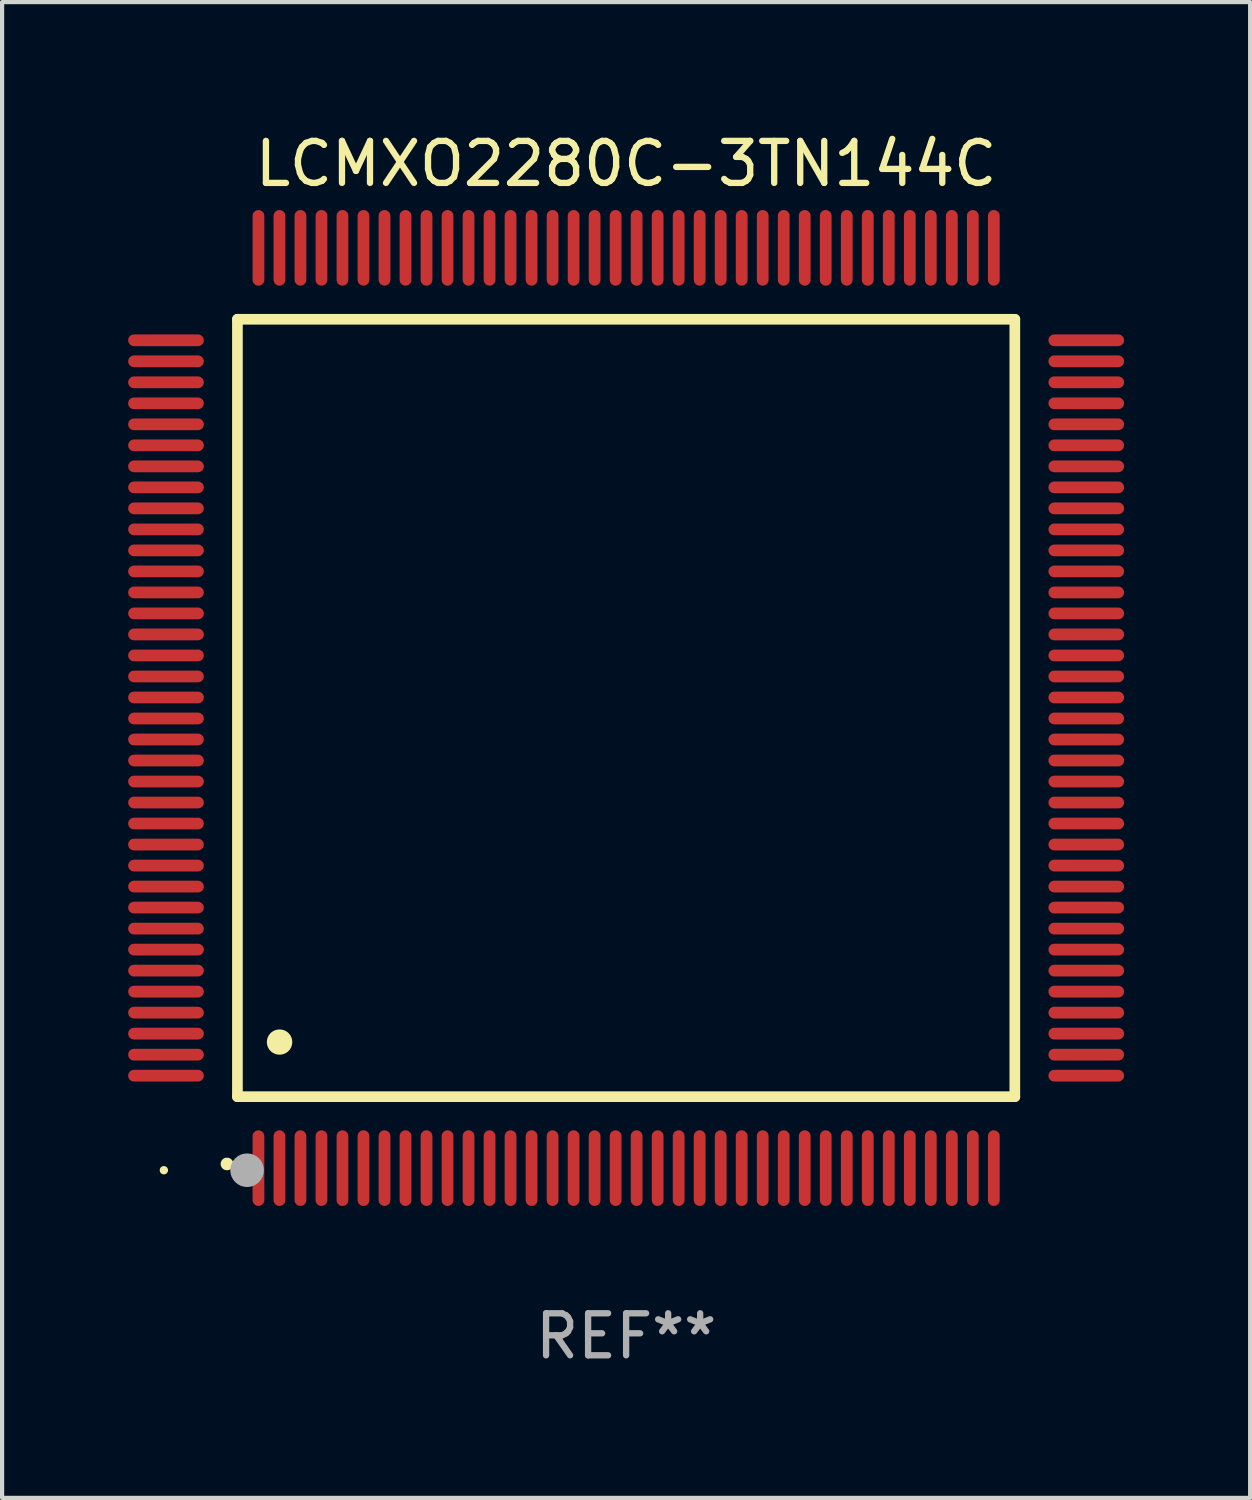
<source format=kicad_pcb>
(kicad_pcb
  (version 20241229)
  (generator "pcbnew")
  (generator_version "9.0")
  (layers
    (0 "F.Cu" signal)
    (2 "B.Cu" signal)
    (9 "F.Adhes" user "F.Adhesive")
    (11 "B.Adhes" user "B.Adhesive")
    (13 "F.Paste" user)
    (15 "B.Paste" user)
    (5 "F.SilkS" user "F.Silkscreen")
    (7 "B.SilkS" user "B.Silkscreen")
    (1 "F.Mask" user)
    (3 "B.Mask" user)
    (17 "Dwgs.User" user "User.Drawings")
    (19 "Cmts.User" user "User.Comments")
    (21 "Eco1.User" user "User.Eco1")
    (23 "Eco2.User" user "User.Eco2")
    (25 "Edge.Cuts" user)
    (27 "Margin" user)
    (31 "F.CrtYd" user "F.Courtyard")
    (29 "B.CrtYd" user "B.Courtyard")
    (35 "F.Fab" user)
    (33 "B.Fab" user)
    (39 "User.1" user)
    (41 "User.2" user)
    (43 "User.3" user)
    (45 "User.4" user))
  (footprint "LCMXO2280C-3TN144C"
    (layer "F.Cu")
    (at 11.85 13.798)
    (property "Reference" "LCMXO2280C-3TN144C" (at 0 -12.95 0) (layer "F.SilkS") (effects (font (size 1 1) (thickness 0.15))))
    (attr through_hole)
    (fp_line (start -9.25 -9.25) (end -9.25 9.25) (stroke (width 0.254) (type solid)) (layer "F.SilkS"))
    (fp_line (start -9.25 9.25) (end 9.25 9.25) (stroke (width 0.254) (type solid)) (layer "F.SilkS"))
    (fp_line (start 9.25 -9.25) (end -9.25 -9.25) (stroke (width 0.254) (type solid)) (layer "F.SilkS"))
    (fp_line (start 9.25 9.25) (end 9.25 -9.25) (stroke (width 0.254) (type solid)) (layer "F.SilkS"))
    (fp_arc (start -9.499619 10.850902) (mid -9.498349 10.850897) (end -9.497079 10.850902) (stroke (width 0.3) (type solid)) (layer "F.SilkS"))
    (fp_arc (start -8.249936 7.950216) (mid -8.247396 7.950205) (end -8.244856 7.950216) (stroke (width 0.6) (type solid)) (layer "F.SilkS"))
    (fp_circle (center -11 11) (end -10.95 11) (stroke (width 0.1) (type solid)) (fill no) (layer "F.SilkS"))
    (fp_circle (center -9.02 11) (end -8.82 11) (stroke (width 0.4) (type solid)) (fill no) (layer "F.Fab"))
    (fp_text user "REF**" (at 0 14.95 0) (layer "F.Fab") (effects (font (size 1 1) (thickness 0.15))))
    (pad "1" smd oval (at -8.75 10.95) (size 0.28 1.8) (layers "F.Cu" "F.Mask" "F.Paste"))
    (pad "2" smd oval (at -8.25 10.95) (size 0.28 1.8) (layers "F.Cu" "F.Mask" "F.Paste"))
    (pad "3" smd oval (at -7.75 10.95) (size 0.28 1.8) (layers "F.Cu" "F.Mask" "F.Paste"))
    (pad "4" smd oval (at -7.25 10.95) (size 0.28 1.8) (layers "F.Cu" "F.Mask" "F.Paste"))
    (pad "5" smd oval (at -6.75 10.95) (size 0.28 1.8) (layers "F.Cu" "F.Mask" "F.Paste"))
    (pad "6" smd oval (at -6.25 10.95) (size 0.28 1.8) (layers "F.Cu" "F.Mask" "F.Paste"))
    (pad "7" smd oval (at -5.75 10.95) (size 0.28 1.8) (layers "F.Cu" "F.Mask" "F.Paste"))
    (pad "8" smd oval (at -5.25 10.95) (size 0.28 1.8) (layers "F.Cu" "F.Mask" "F.Paste"))
    (pad "9" smd oval (at -4.75 10.95) (size 0.28 1.8) (layers "F.Cu" "F.Mask" "F.Paste"))
    (pad "10" smd oval (at -4.25 10.95) (size 0.28 1.8) (layers "F.Cu" "F.Mask" "F.Paste"))
    (pad "11" smd oval (at -3.75 10.95) (size 0.28 1.8) (layers "F.Cu" "F.Mask" "F.Paste"))
    (pad "12" smd oval (at -3.25 10.95) (size 0.28 1.8) (layers "F.Cu" "F.Mask" "F.Paste"))
    (pad "13" smd oval (at -2.75 10.95) (size 0.28 1.8) (layers "F.Cu" "F.Mask" "F.Paste"))
    (pad "14" smd oval (at -2.25 10.95) (size 0.28 1.8) (layers "F.Cu" "F.Mask" "F.Paste"))
    (pad "15" smd oval (at -1.75 10.95) (size 0.28 1.8) (layers "F.Cu" "F.Mask" "F.Paste"))
    (pad "16" smd oval (at -1.25 10.95) (size 0.28 1.8) (layers "F.Cu" "F.Mask" "F.Paste"))
    (pad "17" smd oval (at -0.75 10.95) (size 0.28 1.8) (layers "F.Cu" "F.Mask" "F.Paste"))
    (pad "18" smd oval (at -0.25 10.95) (size 0.28 1.8) (layers "F.Cu" "F.Mask" "F.Paste"))
    (pad "19" smd oval (at 0.25 10.95) (size 0.28 1.8) (layers "F.Cu" "F.Mask" "F.Paste"))
    (pad "20" smd oval (at 0.75 10.95) (size 0.28 1.8) (layers "F.Cu" "F.Mask" "F.Paste"))
    (pad "21" smd oval (at 1.25 10.95) (size 0.28 1.8) (layers "F.Cu" "F.Mask" "F.Paste"))
    (pad "22" smd oval (at 1.75 10.95) (size 0.28 1.8) (layers "F.Cu" "F.Mask" "F.Paste"))
    (pad "23" smd oval (at 2.25 10.95) (size 0.28 1.8) (layers "F.Cu" "F.Mask" "F.Paste"))
    (pad "24" smd oval (at 2.75 10.95) (size 0.28 1.8) (layers "F.Cu" "F.Mask" "F.Paste"))
    (pad "25" smd oval (at 3.25 10.95) (size 0.28 1.8) (layers "F.Cu" "F.Mask" "F.Paste"))
    (pad "26" smd oval (at 3.75 10.95) (size 0.28 1.8) (layers "F.Cu" "F.Mask" "F.Paste"))
    (pad "27" smd oval (at 4.25 10.95) (size 0.28 1.8) (layers "F.Cu" "F.Mask" "F.Paste"))
    (pad "28" smd oval (at 4.75 10.95) (size 0.28 1.8) (layers "F.Cu" "F.Mask" "F.Paste"))
    (pad "29" smd oval (at 5.25 10.95) (size 0.28 1.8) (layers "F.Cu" "F.Mask" "F.Paste"))
    (pad "30" smd oval (at 5.75 10.95) (size 0.28 1.8) (layers "F.Cu" "F.Mask" "F.Paste"))
    (pad "31" smd oval (at 6.25 10.95) (size 0.28 1.8) (layers "F.Cu" "F.Mask" "F.Paste"))
    (pad "32" smd oval (at 6.75 10.95) (size 0.28 1.8) (layers "F.Cu" "F.Mask" "F.Paste"))
    (pad "33" smd oval (at 7.25 10.95) (size 0.28 1.8) (layers "F.Cu" "F.Mask" "F.Paste"))
    (pad "34" smd oval (at 7.75 10.95) (size 0.28 1.8) (layers "F.Cu" "F.Mask" "F.Paste"))
    (pad "35" smd oval (at 8.25 10.95) (size 0.28 1.8) (layers "F.Cu" "F.Mask" "F.Paste"))
    (pad "36" smd oval (at 8.75 10.95) (size 0.28 1.8) (layers "F.Cu" "F.Mask" "F.Paste"))
    (pad "37" smd oval (at 10.95 8.75) (size 1.8 0.28) (layers "F.Cu" "F.Mask" "F.Paste"))
    (pad "38" smd oval (at 10.95 8.25) (size 1.8 0.28) (layers "F.Cu" "F.Mask" "F.Paste"))
    (pad "39" smd oval (at 10.95 7.75) (size 1.8 0.28) (layers "F.Cu" "F.Mask" "F.Paste"))
    (pad "40" smd oval (at 10.95 7.25) (size 1.8 0.28) (layers "F.Cu" "F.Mask" "F.Paste"))
    (pad "41" smd oval (at 10.95 6.75) (size 1.8 0.28) (layers "F.Cu" "F.Mask" "F.Paste"))
    (pad "42" smd oval (at 10.95 6.25) (size 1.8 0.28) (layers "F.Cu" "F.Mask" "F.Paste"))
    (pad "43" smd oval (at 10.95 5.75) (size 1.8 0.28) (layers "F.Cu" "F.Mask" "F.Paste"))
    (pad "44" smd oval (at 10.95 5.25) (size 1.8 0.28) (layers "F.Cu" "F.Mask" "F.Paste"))
    (pad "45" smd oval (at 10.95 4.75) (size 1.8 0.28) (layers "F.Cu" "F.Mask" "F.Paste"))
    (pad "46" smd oval (at 10.95 4.25) (size 1.8 0.28) (layers "F.Cu" "F.Mask" "F.Paste"))
    (pad "47" smd oval (at 10.95 3.75) (size 1.8 0.28) (layers "F.Cu" "F.Mask" "F.Paste"))
    (pad "48" smd oval (at 10.95 3.25) (size 1.8 0.28) (layers "F.Cu" "F.Mask" "F.Paste"))
    (pad "49" smd oval (at 10.95 2.75) (size 1.8 0.28) (layers "F.Cu" "F.Mask" "F.Paste"))
    (pad "50" smd oval (at 10.95 2.25) (size 1.8 0.28) (layers "F.Cu" "F.Mask" "F.Paste"))
    (pad "51" smd oval (at 10.95 1.75) (size 1.8 0.28) (layers "F.Cu" "F.Mask" "F.Paste"))
    (pad "52" smd oval (at 10.95 1.25) (size 1.8 0.28) (layers "F.Cu" "F.Mask" "F.Paste"))
    (pad "53" smd oval (at 10.95 0.75) (size 1.8 0.28) (layers "F.Cu" "F.Mask" "F.Paste"))
    (pad "54" smd oval (at 10.95 0.25) (size 1.8 0.28) (layers "F.Cu" "F.Mask" "F.Paste"))
    (pad "55" smd oval (at 10.95 -0.25) (size 1.8 0.28) (layers "F.Cu" "F.Mask" "F.Paste"))
    (pad "56" smd oval (at 10.95 -0.75) (size 1.8 0.28) (layers "F.Cu" "F.Mask" "F.Paste"))
    (pad "57" smd oval (at 10.95 -1.25) (size 1.8 0.28) (layers "F.Cu" "F.Mask" "F.Paste"))
    (pad "58" smd oval (at 10.95 -1.75) (size 1.8 0.28) (layers "F.Cu" "F.Mask" "F.Paste"))
    (pad "59" smd oval (at 10.95 -2.25) (size 1.8 0.28) (layers "F.Cu" "F.Mask" "F.Paste"))
    (pad "60" smd oval (at 10.95 -2.75) (size 1.8 0.28) (layers "F.Cu" "F.Mask" "F.Paste"))
    (pad "61" smd oval (at 10.95 -3.25) (size 1.8 0.28) (layers "F.Cu" "F.Mask" "F.Paste"))
    (pad "62" smd oval (at 10.95 -3.75) (size 1.8 0.28) (layers "F.Cu" "F.Mask" "F.Paste"))
    (pad "63" smd oval (at 10.95 -4.25) (size 1.8 0.28) (layers "F.Cu" "F.Mask" "F.Paste"))
    (pad "64" smd oval (at 10.95 -4.75) (size 1.8 0.28) (layers "F.Cu" "F.Mask" "F.Paste"))
    (pad "65" smd oval (at 10.95 -5.25) (size 1.8 0.28) (layers "F.Cu" "F.Mask" "F.Paste"))
    (pad "66" smd oval (at 10.95 -5.75) (size 1.8 0.28) (layers "F.Cu" "F.Mask" "F.Paste"))
    (pad "67" smd oval (at 10.95 -6.25) (size 1.8 0.28) (layers "F.Cu" "F.Mask" "F.Paste"))
    (pad "68" smd oval (at 10.95 -6.75) (size 1.8 0.28) (layers "F.Cu" "F.Mask" "F.Paste"))
    (pad "69" smd oval (at 10.95 -7.25) (size 1.8 0.28) (layers "F.Cu" "F.Mask" "F.Paste"))
    (pad "70" smd oval (at 10.95 -7.75) (size 1.8 0.28) (layers "F.Cu" "F.Mask" "F.Paste"))
    (pad "71" smd oval (at 10.95 -8.25) (size 1.8 0.28) (layers "F.Cu" "F.Mask" "F.Paste"))
    (pad "72" smd oval (at 10.95 -8.75) (size 1.8 0.28) (layers "F.Cu" "F.Mask" "F.Paste"))
    (pad "73" smd oval (at 8.75 -10.95) (size 0.28 1.8) (layers "F.Cu" "F.Mask" "F.Paste"))
    (pad "74" smd oval (at 8.25 -10.95) (size 0.28 1.8) (layers "F.Cu" "F.Mask" "F.Paste"))
    (pad "75" smd oval (at 7.75 -10.95) (size 0.28 1.8) (layers "F.Cu" "F.Mask" "F.Paste"))
    (pad "76" smd oval (at 7.25 -10.95) (size 0.28 1.8) (layers "F.Cu" "F.Mask" "F.Paste"))
    (pad "77" smd oval (at 6.75 -10.95) (size 0.28 1.8) (layers "F.Cu" "F.Mask" "F.Paste"))
    (pad "78" smd oval (at 6.25 -10.95) (size 0.28 1.8) (layers "F.Cu" "F.Mask" "F.Paste"))
    (pad "79" smd oval (at 5.75 -10.95) (size 0.28 1.8) (layers "F.Cu" "F.Mask" "F.Paste"))
    (pad "80" smd oval (at 5.25 -10.95) (size 0.28 1.8) (layers "F.Cu" "F.Mask" "F.Paste"))
    (pad "81" smd oval (at 4.75 -10.95) (size 0.28 1.8) (layers "F.Cu" "F.Mask" "F.Paste"))
    (pad "82" smd oval (at 4.25 -10.95) (size 0.28 1.8) (layers "F.Cu" "F.Mask" "F.Paste"))
    (pad "83" smd oval (at 3.75 -10.95) (size 0.28 1.8) (layers "F.Cu" "F.Mask" "F.Paste"))
    (pad "84" smd oval (at 3.25 -10.95) (size 0.28 1.8) (layers "F.Cu" "F.Mask" "F.Paste"))
    (pad "85" smd oval (at 2.75 -10.95) (size 0.28 1.8) (layers "F.Cu" "F.Mask" "F.Paste"))
    (pad "86" smd oval (at 2.25 -10.95) (size 0.28 1.8) (layers "F.Cu" "F.Mask" "F.Paste"))
    (pad "87" smd oval (at 1.75 -10.95) (size 0.28 1.8) (layers "F.Cu" "F.Mask" "F.Paste"))
    (pad "88" smd oval (at 1.25 -10.95) (size 0.28 1.8) (layers "F.Cu" "F.Mask" "F.Paste"))
    (pad "89" smd oval (at 0.75 -10.95) (size 0.28 1.8) (layers "F.Cu" "F.Mask" "F.Paste"))
    (pad "90" smd oval (at 0.25 -10.95) (size 0.28 1.8) (layers "F.Cu" "F.Mask" "F.Paste"))
    (pad "91" smd oval (at -0.25 -10.95) (size 0.28 1.8) (layers "F.Cu" "F.Mask" "F.Paste"))
    (pad "92" smd oval (at -0.75 -10.95) (size 0.28 1.8) (layers "F.Cu" "F.Mask" "F.Paste"))
    (pad "93" smd oval (at -1.25 -10.95) (size 0.28 1.8) (layers "F.Cu" "F.Mask" "F.Paste"))
    (pad "94" smd oval (at -1.75 -10.95) (size 0.28 1.8) (layers "F.Cu" "F.Mask" "F.Paste"))
    (pad "95" smd oval (at -2.25 -10.95) (size 0.28 1.8) (layers "F.Cu" "F.Mask" "F.Paste"))
    (pad "96" smd oval (at -2.75 -10.95) (size 0.28 1.8) (layers "F.Cu" "F.Mask" "F.Paste"))
    (pad "97" smd oval (at -3.25 -10.95) (size 0.28 1.8) (layers "F.Cu" "F.Mask" "F.Paste"))
    (pad "98" smd oval (at -3.75 -10.95) (size 0.28 1.8) (layers "F.Cu" "F.Mask" "F.Paste"))
    (pad "99" smd oval (at -4.25 -10.95) (size 0.28 1.8) (layers "F.Cu" "F.Mask" "F.Paste"))
    (pad "100" smd oval (at -4.75 -10.95) (size 0.28 1.8) (layers "F.Cu" "F.Mask" "F.Paste"))
    (pad "101" smd oval (at -5.25 -10.95) (size 0.28 1.8) (layers "F.Cu" "F.Mask" "F.Paste"))
    (pad "102" smd oval (at -5.75 -10.95) (size 0.28 1.8) (layers "F.Cu" "F.Mask" "F.Paste"))
    (pad "103" smd oval (at -6.25 -10.95) (size 0.28 1.8) (layers "F.Cu" "F.Mask" "F.Paste"))
    (pad "104" smd oval (at -6.75 -10.95) (size 0.28 1.8) (layers "F.Cu" "F.Mask" "F.Paste"))
    (pad "105" smd oval (at -7.25 -10.95) (size 0.28 1.8) (layers "F.Cu" "F.Mask" "F.Paste"))
    (pad "106" smd oval (at -7.75 -10.95) (size 0.28 1.8) (layers "F.Cu" "F.Mask" "F.Paste"))
    (pad "107" smd oval (at -8.25 -10.95) (size 0.28 1.8) (layers "F.Cu" "F.Mask" "F.Paste"))
    (pad "108" smd oval (at -8.75 -10.95) (size 0.28 1.8) (layers "F.Cu" "F.Mask" "F.Paste"))
    (pad "109" smd oval (at -10.95 -8.75) (size 1.8 0.28) (layers "F.Cu" "F.Mask" "F.Paste"))
    (pad "110" smd oval (at -10.95 -8.25) (size 1.8 0.28) (layers "F.Cu" "F.Mask" "F.Paste"))
    (pad "111" smd oval (at -10.95 -7.75) (size 1.8 0.28) (layers "F.Cu" "F.Mask" "F.Paste"))
    (pad "112" smd oval (at -10.95 -7.25) (size 1.8 0.28) (layers "F.Cu" "F.Mask" "F.Paste"))
    (pad "113" smd oval (at -10.95 -6.75) (size 1.8 0.28) (layers "F.Cu" "F.Mask" "F.Paste"))
    (pad "114" smd oval (at -10.95 -6.25) (size 1.8 0.28) (layers "F.Cu" "F.Mask" "F.Paste"))
    (pad "115" smd oval (at -10.95 -5.75) (size 1.8 0.28) (layers "F.Cu" "F.Mask" "F.Paste"))
    (pad "116" smd oval (at -10.95 -5.25) (size 1.8 0.28) (layers "F.Cu" "F.Mask" "F.Paste"))
    (pad "117" smd oval (at -10.95 -4.75) (size 1.8 0.28) (layers "F.Cu" "F.Mask" "F.Paste"))
    (pad "118" smd oval (at -10.95 -4.25) (size 1.8 0.28) (layers "F.Cu" "F.Mask" "F.Paste"))
    (pad "119" smd oval (at -10.95 -3.75) (size 1.8 0.28) (layers "F.Cu" "F.Mask" "F.Paste"))
    (pad "120" smd oval (at -10.95 -3.25) (size 1.8 0.28) (layers "F.Cu" "F.Mask" "F.Paste"))
    (pad "121" smd oval (at -10.95 -2.75) (size 1.8 0.28) (layers "F.Cu" "F.Mask" "F.Paste"))
    (pad "122" smd oval (at -10.95 -2.25) (size 1.8 0.28) (layers "F.Cu" "F.Mask" "F.Paste"))
    (pad "123" smd oval (at -10.95 -1.75) (size 1.8 0.28) (layers "F.Cu" "F.Mask" "F.Paste"))
    (pad "124" smd oval (at -10.95 -1.25) (size 1.8 0.28) (layers "F.Cu" "F.Mask" "F.Paste"))
    (pad "125" smd oval (at -10.95 -0.75) (size 1.8 0.28) (layers "F.Cu" "F.Mask" "F.Paste"))
    (pad "126" smd oval (at -10.95 -0.25) (size 1.8 0.28) (layers "F.Cu" "F.Mask" "F.Paste"))
    (pad "127" smd oval (at -10.95 0.25) (size 1.8 0.28) (layers "F.Cu" "F.Mask" "F.Paste"))
    (pad "128" smd oval (at -10.95 0.75) (size 1.8 0.28) (layers "F.Cu" "F.Mask" "F.Paste"))
    (pad "129" smd oval (at -10.95 1.25) (size 1.8 0.28) (layers "F.Cu" "F.Mask" "F.Paste"))
    (pad "130" smd oval (at -10.95 1.75) (size 1.8 0.28) (layers "F.Cu" "F.Mask" "F.Paste"))
    (pad "131" smd oval (at -10.95 2.25) (size 1.8 0.28) (layers "F.Cu" "F.Mask" "F.Paste"))
    (pad "132" smd oval (at -10.95 2.75) (size 1.8 0.28) (layers "F.Cu" "F.Mask" "F.Paste"))
    (pad "133" smd oval (at -10.95 3.25) (size 1.8 0.28) (layers "F.Cu" "F.Mask" "F.Paste"))
    (pad "134" smd oval (at -10.95 3.75) (size 1.8 0.28) (layers "F.Cu" "F.Mask" "F.Paste"))
    (pad "135" smd oval (at -10.95 4.25) (size 1.8 0.28) (layers "F.Cu" "F.Mask" "F.Paste"))
    (pad "136" smd oval (at -10.95 4.75) (size 1.8 0.28) (layers "F.Cu" "F.Mask" "F.Paste"))
    (pad "137" smd oval (at -10.95 5.25) (size 1.8 0.28) (layers "F.Cu" "F.Mask" "F.Paste"))
    (pad "138" smd oval (at -10.95 5.75) (size 1.8 0.28) (layers "F.Cu" "F.Mask" "F.Paste"))
    (pad "139" smd oval (at -10.95 6.25) (size 1.8 0.28) (layers "F.Cu" "F.Mask" "F.Paste"))
    (pad "140" smd oval (at -10.95 6.75) (size 1.8 0.28) (layers "F.Cu" "F.Mask" "F.Paste"))
    (pad "141" smd oval (at -10.95 7.25) (size 1.8 0.28) (layers "F.Cu" "F.Mask" "F.Paste"))
    (pad "142" smd oval (at -10.95 7.75) (size 1.8 0.28) (layers "F.Cu" "F.Mask" "F.Paste"))
    (pad "143" smd oval (at -10.95 8.25) (size 1.8 0.28) (layers "F.Cu" "F.Mask" "F.Paste"))
    (pad "144" smd oval (at -10.95 8.75) (size 1.8 0.28) (layers "F.Cu" "F.Mask" "F.Paste")))
  (gr_rect
    (start -3 -3)
    (end 26.7 32.596)
    (stroke (width 0.1) (type default))
    (fill no)
    (layer "Edge.Cuts")))
</source>
